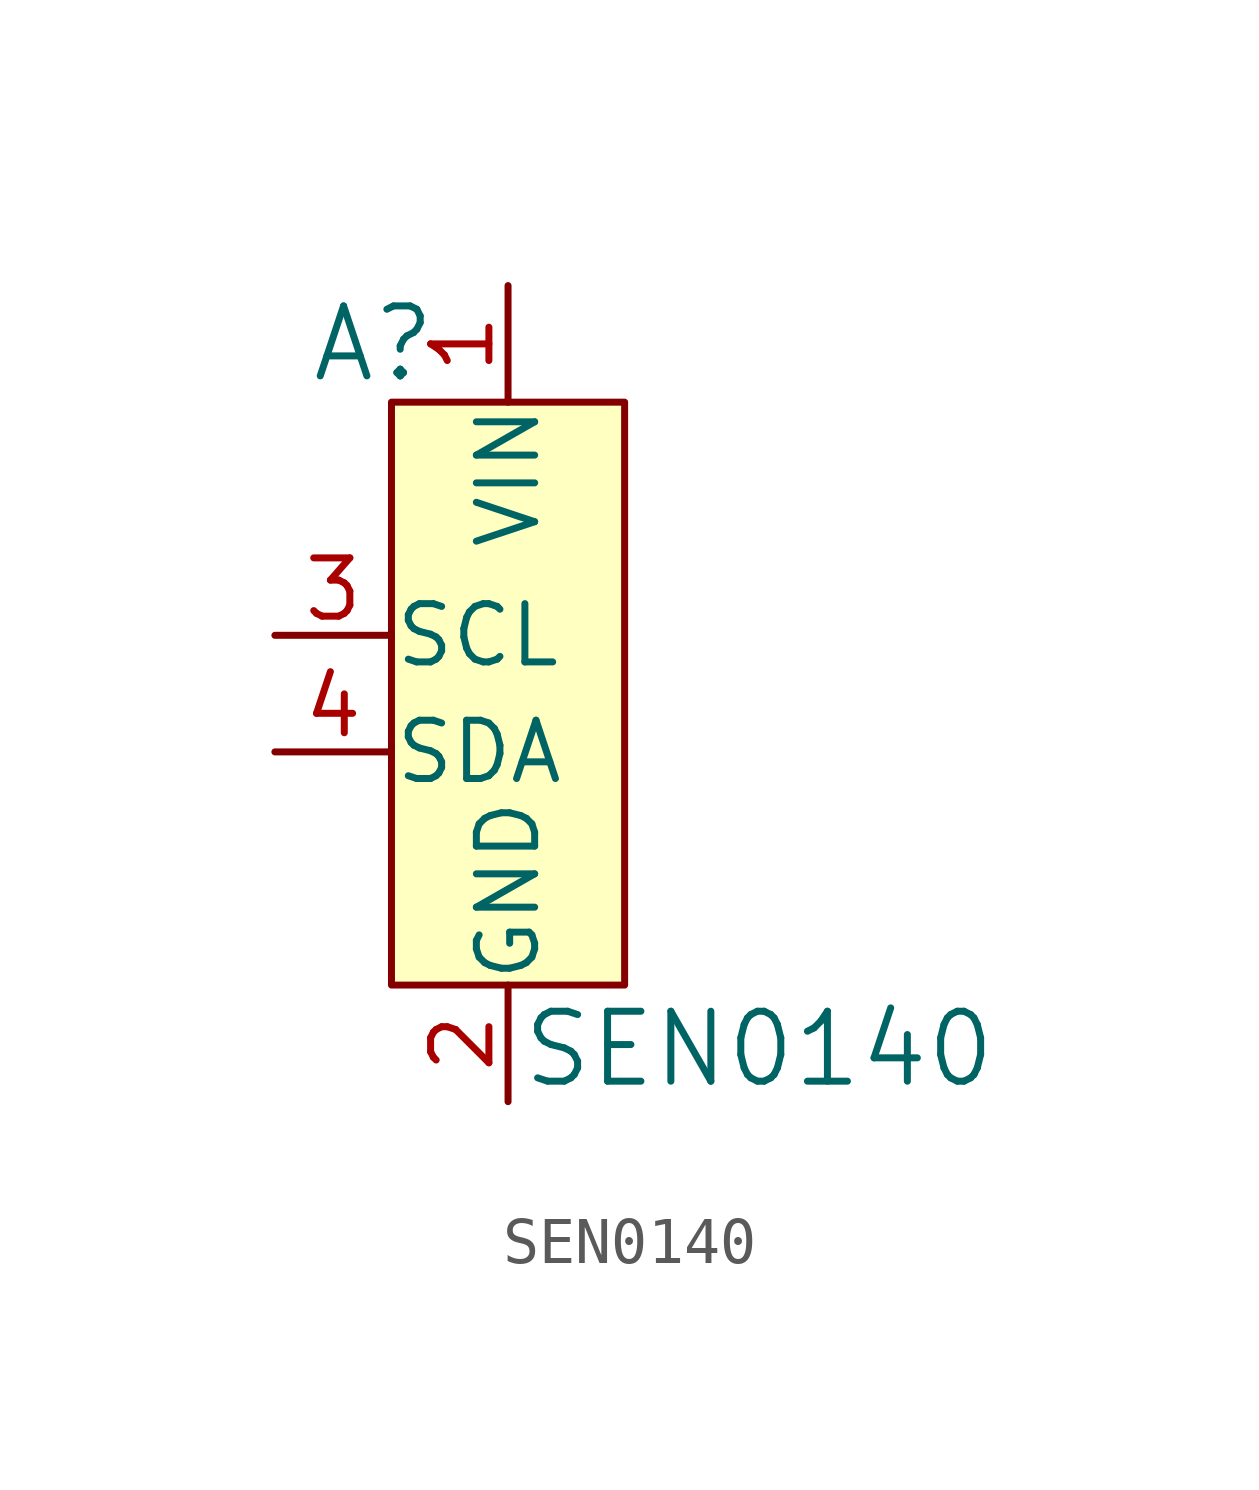
<source format=kicad_sym>
(kicad_symbol_lib
  (version 20211014)
  (generator kicad_symbol_editor)
  (symbol "SEN0140"
    (pin_names
      (offset 0.025))
    (property "Reference" "A"
      (at -1.524 6.35 0)
      (effects (font (size 1.524 1.524)) (justify right)))
    (property "Value" "SEN0140"
      (at 0.254 -9.017 0)
      (effects (font (size 1.524 1.524)) (justify left)))
    (symbol "SEN0140_0_1"
      (rectangle (start -2.54 5.08) (end 2.54 -7.62) (stroke (width 0) (type default) (color 0 0 0 0)) (fill (type background))))
    (symbol "SEN0140_1_1"
      (pin power_in line (at 0 7.62 270) (length 2.54) (name "VIN" (effects (font (size 1.27 1.27)))) (number "1" (effects (font (size 1.27 1.27)))))
      (pin power_in line (at 0 -10.16 90) (length 2.54) (name "GND" (effects (font (size 1.27 1.27)))) (number "2" (effects (font (size 1.27 1.27)))))
      (pin bidirectional line (at -5.08 0 0) (length 2.54) (name "SCL" (effects (font (size 1.27 1.27)))) (number "3" (effects (font (size 1.27 1.27)))))
      (pin bidirectional line (at -5.08 -2.54 0) (length 2.54) (name "SDA" (effects (font (size 1.27 1.27)))) (number "4" (effects (font (size 1.27 1.27))))))))
</source>
